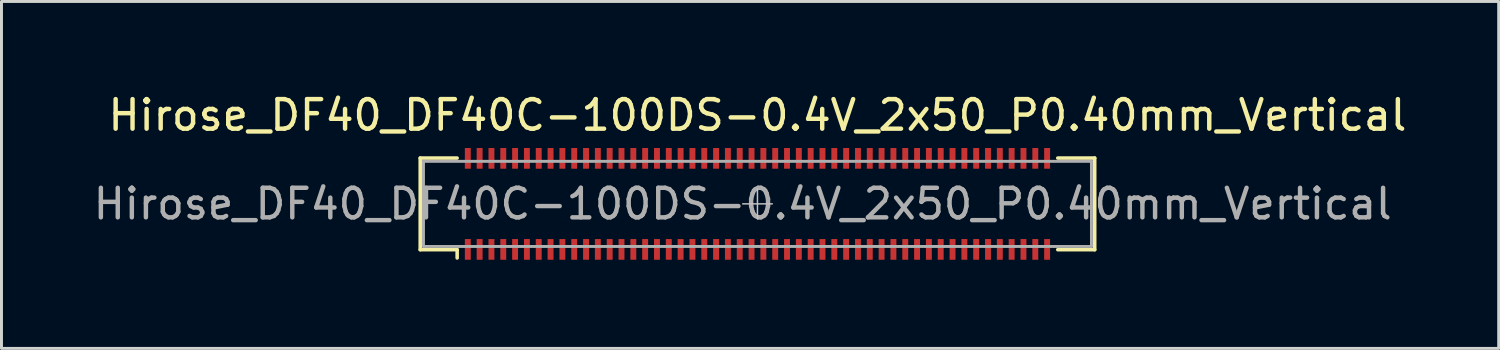
<source format=kicad_pcb>
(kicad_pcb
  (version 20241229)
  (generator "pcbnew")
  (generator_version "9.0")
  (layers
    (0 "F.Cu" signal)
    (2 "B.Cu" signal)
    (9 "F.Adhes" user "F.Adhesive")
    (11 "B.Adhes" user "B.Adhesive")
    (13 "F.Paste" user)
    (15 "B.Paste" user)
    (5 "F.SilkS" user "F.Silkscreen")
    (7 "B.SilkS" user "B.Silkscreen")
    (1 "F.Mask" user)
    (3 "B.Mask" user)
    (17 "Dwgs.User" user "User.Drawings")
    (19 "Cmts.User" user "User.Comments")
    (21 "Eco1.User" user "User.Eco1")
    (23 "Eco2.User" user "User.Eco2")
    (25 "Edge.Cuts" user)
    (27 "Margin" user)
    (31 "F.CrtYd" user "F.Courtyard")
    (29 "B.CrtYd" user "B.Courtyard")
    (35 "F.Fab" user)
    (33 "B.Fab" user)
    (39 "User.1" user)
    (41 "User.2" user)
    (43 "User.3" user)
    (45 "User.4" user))
  (footprint "Hirose_DF40_DF40C-100DS-0.4V_2x50_P0.40mm_Vertical"
    (layer "F.Cu")
    (at 22.577 3.848)
    (property "Reference" "Hirose_DF40_DF40C-100DS-0.4V_2x50_P0.40mm_Vertical" (at 0 -3 0) (layer "F.SilkS") (effects (font (size 1 1) (thickness 0.15))))
    (attr smd)
    (fp_line (start -11.41 -1.55) (end -10.16 -1.55) (stroke (width 0.12) (type solid)) (layer "F.SilkS"))
    (fp_line (start -11.41 1.55) (end -11.41 -1.55) (stroke (width 0.12) (type solid)) (layer "F.SilkS"))
    (fp_line (start -11.41 1.55) (end -10.16 1.55) (stroke (width 0.12) (type solid)) (layer "F.SilkS"))
    (fp_line (start -10.16 1.83) (end -10.16 1.55) (stroke (width 0.12) (type solid)) (layer "F.SilkS"))
    (fp_line (start 10.16 -1.55) (end 11.41 -1.55) (stroke (width 0.12) (type solid)) (layer "F.SilkS"))
    (fp_line (start 10.16 1.55) (end 11.41 1.55) (stroke (width 0.12) (type solid)) (layer "F.SilkS"))
    (fp_line (start 11.41 1.55) (end 11.41 -1.55) (stroke (width 0.12) (type solid)) (layer "F.SilkS"))
    (fp_line (start -0.5 0) (end 0.5 0) (stroke (width 0.05) (type solid)) (layer "Dwgs.User"))
    (fp_line (start 0 0.5) (end 0 -0.5) (stroke (width 0.05) (type solid)) (layer "Dwgs.User"))
    (fp_line (start -11.3 -1.44) (end 11.3 -1.44) (stroke (width 0.1) (type solid)) (layer "F.Fab"))
    (fp_line (start -11.3 1.44) (end -11.3 -1.44) (stroke (width 0.1) (type solid)) (layer "F.Fab"))
    (fp_line (start -11.3 1.44) (end 11.3 1.44) (stroke (width 0.1) (type solid)) (layer "F.Fab"))
    (fp_line (start 11.3 1.44) (end 11.3 -1.44) (stroke (width 0.1) (type solid)) (layer "F.Fab"))
    (fp_text user "${REFERENCE}" (at -0.5 0 180) (layer "F.Fab") (effects (font (size 1 1) (thickness 0.15))))
    (pad "1" smd rect (at -9.8 1.54 180) (size 0.2 0.7) (layers "F.Cu" "F.Mask" "F.Paste"))
    (pad "2" smd rect (at -9.8 -1.54 180) (size 0.2 0.7) (layers "F.Cu" "F.Mask" "F.Paste"))
    (pad "3" smd rect (at -9.4 1.54 180) (size 0.2 0.7) (layers "F.Cu" "F.Mask" "F.Paste"))
    (pad "4" smd rect (at -9.4 -1.54 180) (size 0.2 0.7) (layers "F.Cu" "F.Mask" "F.Paste"))
    (pad "5" smd rect (at -9 1.54 180) (size 0.2 0.7) (layers "F.Cu" "F.Mask" "F.Paste"))
    (pad "6" smd rect (at -9 -1.54 180) (size 0.2 0.7) (layers "F.Cu" "F.Mask" "F.Paste"))
    (pad "7" smd rect (at -8.6 1.54 180) (size 0.2 0.7) (layers "F.Cu" "F.Mask" "F.Paste"))
    (pad "8" smd rect (at -8.6 -1.54 180) (size 0.2 0.7) (layers "F.Cu" "F.Mask" "F.Paste"))
    (pad "9" smd rect (at -8.2 1.54 180) (size 0.2 0.7) (layers "F.Cu" "F.Mask" "F.Paste"))
    (pad "10" smd rect (at -8.2 -1.54 180) (size 0.2 0.7) (layers "F.Cu" "F.Mask" "F.Paste"))
    (pad "11" smd rect (at -7.8 1.54 180) (size 0.2 0.7) (layers "F.Cu" "F.Mask" "F.Paste"))
    (pad "12" smd rect (at -7.8 -1.54 180) (size 0.2 0.7) (layers "F.Cu" "F.Mask" "F.Paste"))
    (pad "13" smd rect (at -7.4 1.54 180) (size 0.2 0.7) (layers "F.Cu" "F.Mask" "F.Paste"))
    (pad "14" smd rect (at -7.4 -1.54 180) (size 0.2 0.7) (layers "F.Cu" "F.Mask" "F.Paste"))
    (pad "15" smd rect (at -7 1.54 180) (size 0.2 0.7) (layers "F.Cu" "F.Mask" "F.Paste"))
    (pad "16" smd rect (at -7 -1.54 180) (size 0.2 0.7) (layers "F.Cu" "F.Mask" "F.Paste"))
    (pad "17" smd rect (at -6.6 1.54 180) (size 0.2 0.7) (layers "F.Cu" "F.Mask" "F.Paste"))
    (pad "18" smd rect (at -6.6 -1.54 180) (size 0.2 0.7) (layers "F.Cu" "F.Mask" "F.Paste"))
    (pad "19" smd rect (at -6.2 1.54 180) (size 0.2 0.7) (layers "F.Cu" "F.Mask" "F.Paste"))
    (pad "20" smd rect (at -6.2 -1.54 180) (size 0.2 0.7) (layers "F.Cu" "F.Mask" "F.Paste"))
    (pad "21" smd rect (at -5.8 1.54 180) (size 0.2 0.7) (layers "F.Cu" "F.Mask" "F.Paste"))
    (pad "22" smd rect (at -5.8 -1.54 180) (size 0.2 0.7) (layers "F.Cu" "F.Mask" "F.Paste"))
    (pad "23" smd rect (at -5.4 1.54 180) (size 0.2 0.7) (layers "F.Cu" "F.Mask" "F.Paste"))
    (pad "24" smd rect (at -5.4 -1.54 180) (size 0.2 0.7) (layers "F.Cu" "F.Mask" "F.Paste"))
    (pad "25" smd rect (at -5 1.54 180) (size 0.2 0.7) (layers "F.Cu" "F.Mask" "F.Paste"))
    (pad "26" smd rect (at -5 -1.54 180) (size 0.2 0.7) (layers "F.Cu" "F.Mask" "F.Paste"))
    (pad "27" smd rect (at -4.6 1.54 180) (size 0.2 0.7) (layers "F.Cu" "F.Mask" "F.Paste"))
    (pad "28" smd rect (at -4.6 -1.54 180) (size 0.2 0.7) (layers "F.Cu" "F.Mask" "F.Paste"))
    (pad "29" smd rect (at -4.2 1.54 180) (size 0.2 0.7) (layers "F.Cu" "F.Mask" "F.Paste"))
    (pad "30" smd rect (at -4.2 -1.54 180) (size 0.2 0.7) (layers "F.Cu" "F.Mask" "F.Paste"))
    (pad "31" smd rect (at -3.8 1.54 180) (size 0.2 0.7) (layers "F.Cu" "F.Mask" "F.Paste"))
    (pad "32" smd rect (at -3.8 -1.54 180) (size 0.2 0.7) (layers "F.Cu" "F.Mask" "F.Paste"))
    (pad "33" smd rect (at -3.4 1.54 180) (size 0.2 0.7) (layers "F.Cu" "F.Mask" "F.Paste"))
    (pad "34" smd rect (at -3.4 -1.54 180) (size 0.2 0.7) (layers "F.Cu" "F.Mask" "F.Paste"))
    (pad "35" smd rect (at -3 1.54 180) (size 0.2 0.7) (layers "F.Cu" "F.Mask" "F.Paste"))
    (pad "36" smd rect (at -3 -1.54 180) (size 0.2 0.7) (layers "F.Cu" "F.Mask" "F.Paste"))
    (pad "37" smd rect (at -2.6 1.54 180) (size 0.2 0.7) (layers "F.Cu" "F.Mask" "F.Paste"))
    (pad "38" smd rect (at -2.6 -1.54 180) (size 0.2 0.7) (layers "F.Cu" "F.Mask" "F.Paste"))
    (pad "39" smd rect (at -2.2 1.54 180) (size 0.2 0.7) (layers "F.Cu" "F.Mask" "F.Paste"))
    (pad "40" smd rect (at -2.2 -1.54 180) (size 0.2 0.7) (layers "F.Cu" "F.Mask" "F.Paste"))
    (pad "41" smd rect (at -1.8 1.54 180) (size 0.2 0.7) (layers "F.Cu" "F.Mask" "F.Paste"))
    (pad "42" smd rect (at -1.8 -1.54 180) (size 0.2 0.7) (layers "F.Cu" "F.Mask" "F.Paste"))
    (pad "43" smd rect (at -1.4 1.54 180) (size 0.2 0.7) (layers "F.Cu" "F.Mask" "F.Paste"))
    (pad "44" smd rect (at -1.4 -1.54 180) (size 0.2 0.7) (layers "F.Cu" "F.Mask" "F.Paste"))
    (pad "45" smd rect (at -1 1.54 180) (size 0.2 0.7) (layers "F.Cu" "F.Mask" "F.Paste"))
    (pad "46" smd rect (at -1 -1.54 180) (size 0.2 0.7) (layers "F.Cu" "F.Mask" "F.Paste"))
    (pad "47" smd rect (at -0.6 1.54 180) (size 0.2 0.7) (layers "F.Cu" "F.Mask" "F.Paste"))
    (pad "48" smd rect (at -0.6 -1.54 180) (size 0.2 0.7) (layers "F.Cu" "F.Mask" "F.Paste"))
    (pad "49" smd rect (at -0.2 1.54 180) (size 0.2 0.7) (layers "F.Cu" "F.Mask" "F.Paste"))
    (pad "50" smd rect (at -0.2 -1.54 180) (size 0.2 0.7) (layers "F.Cu" "F.Mask" "F.Paste"))
    (pad "51" smd rect (at 0.2 1.54 180) (size 0.2 0.7) (layers "F.Cu" "F.Mask" "F.Paste"))
    (pad "52" smd rect (at 0.2 -1.54 180) (size 0.2 0.7) (layers "F.Cu" "F.Mask" "F.Paste"))
    (pad "53" smd rect (at 0.6 1.54 180) (size 0.2 0.7) (layers "F.Cu" "F.Mask" "F.Paste"))
    (pad "54" smd rect (at 0.6 -1.54 180) (size 0.2 0.7) (layers "F.Cu" "F.Mask" "F.Paste"))
    (pad "55" smd rect (at 1 1.54 180) (size 0.2 0.7) (layers "F.Cu" "F.Mask" "F.Paste"))
    (pad "56" smd rect (at 1 -1.54 180) (size 0.2 0.7) (layers "F.Cu" "F.Mask" "F.Paste"))
    (pad "57" smd rect (at 1.4 1.54 180) (size 0.2 0.7) (layers "F.Cu" "F.Mask" "F.Paste"))
    (pad "58" smd rect (at 1.4 -1.54 180) (size 0.2 0.7) (layers "F.Cu" "F.Mask" "F.Paste"))
    (pad "59" smd rect (at 1.8 1.54 180) (size 0.2 0.7) (layers "F.Cu" "F.Mask" "F.Paste"))
    (pad "60" smd rect (at 1.8 -1.54 180) (size 0.2 0.7) (layers "F.Cu" "F.Mask" "F.Paste"))
    (pad "61" smd rect (at 2.2 1.54 180) (size 0.2 0.7) (layers "F.Cu" "F.Mask" "F.Paste"))
    (pad "62" smd rect (at 2.2 -1.54 180) (size 0.2 0.7) (layers "F.Cu" "F.Mask" "F.Paste"))
    (pad "63" smd rect (at 2.6 1.54 180) (size 0.2 0.7) (layers "F.Cu" "F.Mask" "F.Paste"))
    (pad "64" smd rect (at 2.6 -1.54 180) (size 0.2 0.7) (layers "F.Cu" "F.Mask" "F.Paste"))
    (pad "65" smd rect (at 3 1.54 180) (size 0.2 0.7) (layers "F.Cu" "F.Mask" "F.Paste"))
    (pad "66" smd rect (at 3 -1.54 180) (size 0.2 0.7) (layers "F.Cu" "F.Mask" "F.Paste"))
    (pad "67" smd rect (at 3.4 1.54 180) (size 0.2 0.7) (layers "F.Cu" "F.Mask" "F.Paste"))
    (pad "68" smd rect (at 3.4 -1.54 180) (size 0.2 0.7) (layers "F.Cu" "F.Mask" "F.Paste"))
    (pad "69" smd rect (at 3.8 1.54 180) (size 0.2 0.7) (layers "F.Cu" "F.Mask" "F.Paste"))
    (pad "70" smd rect (at 3.8 -1.54 180) (size 0.2 0.7) (layers "F.Cu" "F.Mask" "F.Paste"))
    (pad "71" smd rect (at 4.2 1.54 180) (size 0.2 0.7) (layers "F.Cu" "F.Mask" "F.Paste"))
    (pad "72" smd rect (at 4.2 -1.54 180) (size 0.2 0.7) (layers "F.Cu" "F.Mask" "F.Paste"))
    (pad "73" smd rect (at 4.6 1.54 180) (size 0.2 0.7) (layers "F.Cu" "F.Mask" "F.Paste"))
    (pad "74" smd rect (at 4.6 -1.54 180) (size 0.2 0.7) (layers "F.Cu" "F.Mask" "F.Paste"))
    (pad "75" smd rect (at 5 1.54 180) (size 0.2 0.7) (layers "F.Cu" "F.Mask" "F.Paste"))
    (pad "76" smd rect (at 5 -1.54 180) (size 0.2 0.7) (layers "F.Cu" "F.Mask" "F.Paste"))
    (pad "77" smd rect (at 5.4 1.54 180) (size 0.2 0.7) (layers "F.Cu" "F.Mask" "F.Paste"))
    (pad "78" smd rect (at 5.4 -1.54 180) (size 0.2 0.7) (layers "F.Cu" "F.Mask" "F.Paste"))
    (pad "79" smd rect (at 5.8 1.54 180) (size 0.2 0.7) (layers "F.Cu" "F.Mask" "F.Paste"))
    (pad "80" smd rect (at 5.8 -1.54 180) (size 0.2 0.7) (layers "F.Cu" "F.Mask" "F.Paste"))
    (pad "81" smd rect (at 6.2 1.54 180) (size 0.2 0.7) (layers "F.Cu" "F.Mask" "F.Paste"))
    (pad "82" smd rect (at 6.2 -1.54 180) (size 0.2 0.7) (layers "F.Cu" "F.Mask" "F.Paste"))
    (pad "83" smd rect (at 6.6 1.54 180) (size 0.2 0.7) (layers "F.Cu" "F.Mask" "F.Paste"))
    (pad "84" smd rect (at 6.6 -1.54 180) (size 0.2 0.7) (layers "F.Cu" "F.Mask" "F.Paste"))
    (pad "85" smd rect (at 7 1.54 180) (size 0.2 0.7) (layers "F.Cu" "F.Mask" "F.Paste"))
    (pad "86" smd rect (at 7 -1.54 180) (size 0.2 0.7) (layers "F.Cu" "F.Mask" "F.Paste"))
    (pad "87" smd rect (at 7.4 1.54 180) (size 0.2 0.7) (layers "F.Cu" "F.Mask" "F.Paste"))
    (pad "88" smd rect (at 7.4 -1.54 180) (size 0.2 0.7) (layers "F.Cu" "F.Mask" "F.Paste"))
    (pad "89" smd rect (at 7.8 1.54 180) (size 0.2 0.7) (layers "F.Cu" "F.Mask" "F.Paste"))
    (pad "90" smd rect (at 7.8 -1.54 180) (size 0.2 0.7) (layers "F.Cu" "F.Mask" "F.Paste"))
    (pad "91" smd rect (at 8.2 1.54 180) (size 0.2 0.7) (layers "F.Cu" "F.Mask" "F.Paste"))
    (pad "92" smd rect (at 8.2 -1.54 180) (size 0.2 0.7) (layers "F.Cu" "F.Mask" "F.Paste"))
    (pad "93" smd rect (at 8.6 1.54 180) (size 0.2 0.7) (layers "F.Cu" "F.Mask" "F.Paste"))
    (pad "94" smd rect (at 8.6 -1.54 180) (size 0.2 0.7) (layers "F.Cu" "F.Mask" "F.Paste"))
    (pad "95" smd rect (at 9 1.54 180) (size 0.2 0.7) (layers "F.Cu" "F.Mask" "F.Paste"))
    (pad "96" smd rect (at 9 -1.54 180) (size 0.2 0.7) (layers "F.Cu" "F.Mask" "F.Paste"))
    (pad "97" smd rect (at 9.4 1.54 180) (size 0.2 0.7) (layers "F.Cu" "F.Mask" "F.Paste"))
    (pad "98" smd rect (at 9.4 -1.54 180) (size 0.2 0.7) (layers "F.Cu" "F.Mask" "F.Paste"))
    (pad "99" smd rect (at 9.8 1.54 180) (size 0.2 0.7) (layers "F.Cu" "F.Mask" "F.Paste"))
    (pad "100" smd rect (at 9.8 -1.54 180) (size 0.2 0.7) (layers "F.Cu" "F.Mask" "F.Paste")))
  (gr_rect
    (start -3 -3)
    (end 47.655 8.738)
    (stroke (width 0.1) (type default))
    (fill no)
    (layer "Edge.Cuts")))
</source>
